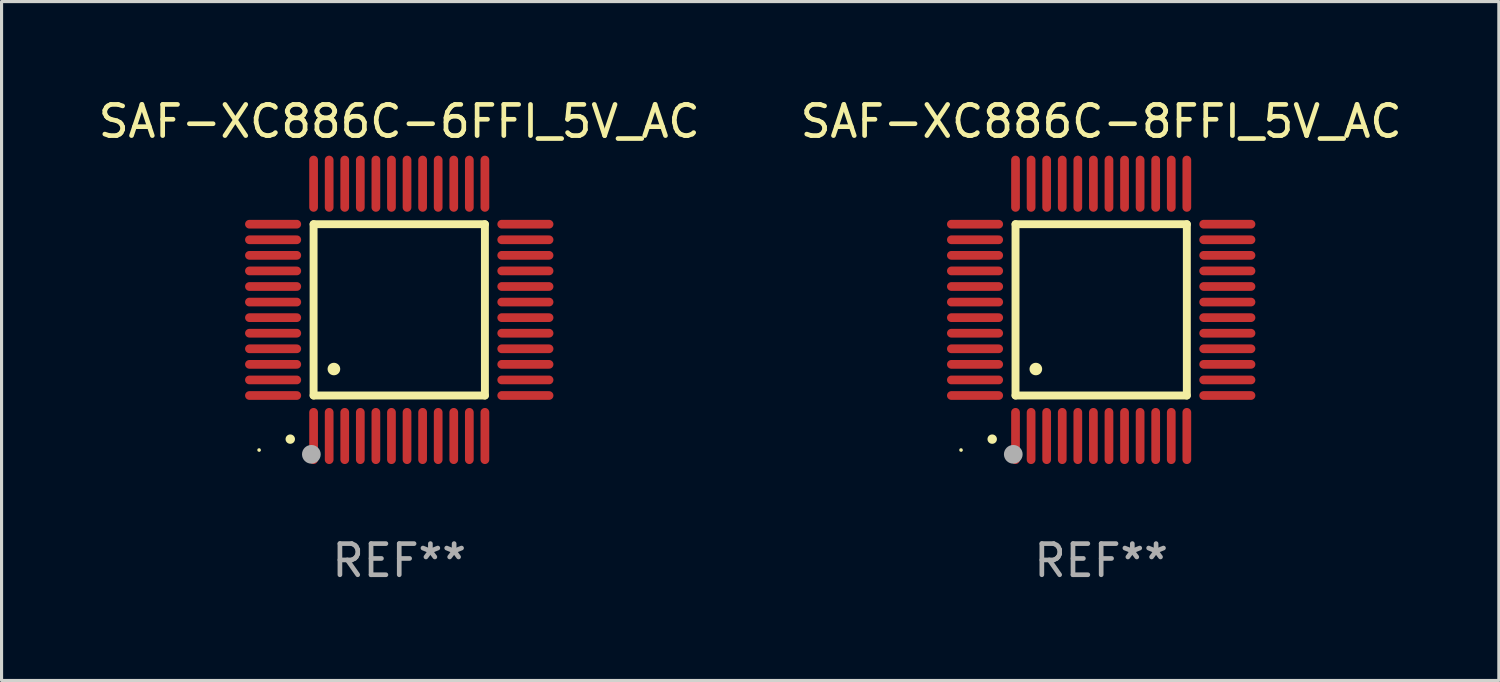
<source format=kicad_pcb>
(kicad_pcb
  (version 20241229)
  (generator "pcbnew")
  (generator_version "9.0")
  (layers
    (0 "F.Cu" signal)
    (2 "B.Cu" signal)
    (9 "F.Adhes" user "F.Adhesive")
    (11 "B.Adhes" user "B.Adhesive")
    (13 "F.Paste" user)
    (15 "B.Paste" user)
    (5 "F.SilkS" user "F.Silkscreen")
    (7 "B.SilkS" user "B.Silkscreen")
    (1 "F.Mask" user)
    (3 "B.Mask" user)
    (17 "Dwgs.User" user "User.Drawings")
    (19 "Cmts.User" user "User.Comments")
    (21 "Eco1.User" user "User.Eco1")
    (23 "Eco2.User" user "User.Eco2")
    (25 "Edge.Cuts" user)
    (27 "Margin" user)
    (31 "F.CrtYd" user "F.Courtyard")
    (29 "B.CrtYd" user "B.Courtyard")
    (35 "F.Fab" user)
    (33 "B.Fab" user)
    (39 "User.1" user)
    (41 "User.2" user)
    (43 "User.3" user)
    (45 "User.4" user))
  (footprint "SAF-XC886C-8FFI_5V_AC"
    (layer "F.Cu")
    (at 32.304 6.898)
    (property "Reference" "SAF-XC886C-8FFI_5V_AC" (at 0 -6.05 0) (layer "F.SilkS") (effects (font (size 1 1) (thickness 0.15))))
    (attr through_hole)
    (fp_line (start -2.75 -2.75) (end 2.75 -2.75) (stroke (width 0.254) (type solid)) (layer "F.SilkS"))
    (fp_line (start -2.75 2.75) (end -2.75 -2.75) (stroke (width 0.254) (type solid)) (layer "F.SilkS"))
    (fp_line (start 2.75 -2.75) (end 2.75 2.75) (stroke (width 0.254) (type solid)) (layer "F.SilkS"))
    (fp_line (start 2.75 2.75) (end -2.75 2.75) (stroke (width 0.254) (type solid)) (layer "F.SilkS"))
    (fp_arc (start -3.500127 4.150368) (mid -3.498857 4.150363) (end -3.497587 4.150368) (stroke (width 0.3) (type solid)) (layer "F.SilkS"))
    (fp_arc (start -2.100584 1.899924) (mid -2.098044 1.899908) (end -2.095504 1.899924) (stroke (width 0.4) (type solid)) (layer "F.SilkS"))
    (fp_circle (center -4.5 4.5) (end -4.47 4.5) (stroke (width 0.06) (type solid)) (fill no) (layer "F.SilkS"))
    (fp_circle (center -2.822 4.638) (end -2.672 4.638) (stroke (width 0.3) (type solid)) (fill no) (layer "F.Fab"))
    (fp_text user "REF**" (at 0 8.05 0) (layer "F.Fab") (effects (font (size 1 1) (thickness 0.15))))
    (pad "1" smd oval (at -2.75 4.05) (size 0.28 1.8) (layers "F.Cu" "F.Mask" "F.Paste"))
    (pad "2" smd oval (at -2.25 4.05) (size 0.28 1.8) (layers "F.Cu" "F.Mask" "F.Paste"))
    (pad "3" smd oval (at -1.75 4.05) (size 0.28 1.8) (layers "F.Cu" "F.Mask" "F.Paste"))
    (pad "4" smd oval (at -1.25 4.05) (size 0.28 1.8) (layers "F.Cu" "F.Mask" "F.Paste"))
    (pad "5" smd oval (at -0.75 4.05) (size 0.28 1.8) (layers "F.Cu" "F.Mask" "F.Paste"))
    (pad "6" smd oval (at -0.25 4.05) (size 0.28 1.8) (layers "F.Cu" "F.Mask" "F.Paste"))
    (pad "7" smd oval (at 0.25 4.05) (size 0.28 1.8) (layers "F.Cu" "F.Mask" "F.Paste"))
    (pad "8" smd oval (at 0.75 4.05) (size 0.28 1.8) (layers "F.Cu" "F.Mask" "F.Paste"))
    (pad "9" smd oval (at 1.25 4.05) (size 0.28 1.8) (layers "F.Cu" "F.Mask" "F.Paste"))
    (pad "10" smd oval (at 1.75 4.05) (size 0.28 1.8) (layers "F.Cu" "F.Mask" "F.Paste"))
    (pad "11" smd oval (at 2.25 4.05) (size 0.28 1.8) (layers "F.Cu" "F.Mask" "F.Paste"))
    (pad "12" smd oval (at 2.75 4.05) (size 0.28 1.8) (layers "F.Cu" "F.Mask" "F.Paste"))
    (pad "13" smd oval (at 4.05 2.75) (size 1.8 0.28) (layers "F.Cu" "F.Mask" "F.Paste"))
    (pad "14" smd oval (at 4.05 2.25) (size 1.8 0.28) (layers "F.Cu" "F.Mask" "F.Paste"))
    (pad "15" smd oval (at 4.05 1.75) (size 1.8 0.28) (layers "F.Cu" "F.Mask" "F.Paste"))
    (pad "16" smd oval (at 4.05 1.25) (size 1.8 0.28) (layers "F.Cu" "F.Mask" "F.Paste"))
    (pad "17" smd oval (at 4.05 0.75) (size 1.8 0.28) (layers "F.Cu" "F.Mask" "F.Paste"))
    (pad "18" smd oval (at 4.05 0.25) (size 1.8 0.28) (layers "F.Cu" "F.Mask" "F.Paste"))
    (pad "19" smd oval (at 4.05 -0.25) (size 1.8 0.28) (layers "F.Cu" "F.Mask" "F.Paste"))
    (pad "20" smd oval (at 4.05 -0.75) (size 1.8 0.28) (layers "F.Cu" "F.Mask" "F.Paste"))
    (pad "21" smd oval (at 4.05 -1.25) (size 1.8 0.28) (layers "F.Cu" "F.Mask" "F.Paste"))
    (pad "22" smd oval (at 4.05 -1.75) (size 1.8 0.28) (layers "F.Cu" "F.Mask" "F.Paste"))
    (pad "23" smd oval (at 4.05 -2.25) (size 1.8 0.28) (layers "F.Cu" "F.Mask" "F.Paste"))
    (pad "24" smd oval (at 4.05 -2.75) (size 1.8 0.28) (layers "F.Cu" "F.Mask" "F.Paste"))
    (pad "25" smd oval (at 2.75 -4.05) (size 0.28 1.8) (layers "F.Cu" "F.Mask" "F.Paste"))
    (pad "26" smd oval (at 2.25 -4.05) (size 0.28 1.8) (layers "F.Cu" "F.Mask" "F.Paste"))
    (pad "27" smd oval (at 1.75 -4.05) (size 0.28 1.8) (layers "F.Cu" "F.Mask" "F.Paste"))
    (pad "28" smd oval (at 1.25 -4.05) (size 0.28 1.8) (layers "F.Cu" "F.Mask" "F.Paste"))
    (pad "29" smd oval (at 0.75 -4.05) (size 0.28 1.8) (layers "F.Cu" "F.Mask" "F.Paste"))
    (pad "30" smd oval (at 0.25 -4.05) (size 0.28 1.8) (layers "F.Cu" "F.Mask" "F.Paste"))
    (pad "31" smd oval (at -0.25 -4.05) (size 0.28 1.8) (layers "F.Cu" "F.Mask" "F.Paste"))
    (pad "32" smd oval (at -0.75 -4.05) (size 0.28 1.8) (layers "F.Cu" "F.Mask" "F.Paste"))
    (pad "33" smd oval (at -1.25 -4.05) (size 0.28 1.8) (layers "F.Cu" "F.Mask" "F.Paste"))
    (pad "34" smd oval (at -1.75 -4.05) (size 0.28 1.8) (layers "F.Cu" "F.Mask" "F.Paste"))
    (pad "35" smd oval (at -2.25 -4.05) (size 0.28 1.8) (layers "F.Cu" "F.Mask" "F.Paste"))
    (pad "36" smd oval (at -2.75 -4.05) (size 0.28 1.8) (layers "F.Cu" "F.Mask" "F.Paste"))
    (pad "37" smd oval (at -4.05 -2.75) (size 1.8 0.28) (layers "F.Cu" "F.Mask" "F.Paste"))
    (pad "38" smd oval (at -4.05 -2.25) (size 1.8 0.28) (layers "F.Cu" "F.Mask" "F.Paste"))
    (pad "39" smd oval (at -4.05 -1.75) (size 1.8 0.28) (layers "F.Cu" "F.Mask" "F.Paste"))
    (pad "40" smd oval (at -4.05 -1.25) (size 1.8 0.28) (layers "F.Cu" "F.Mask" "F.Paste"))
    (pad "41" smd oval (at -4.05 -0.75) (size 1.8 0.28) (layers "F.Cu" "F.Mask" "F.Paste"))
    (pad "42" smd oval (at -4.05 -0.25) (size 1.8 0.28) (layers "F.Cu" "F.Mask" "F.Paste"))
    (pad "43" smd oval (at -4.05 0.25) (size 1.8 0.28) (layers "F.Cu" "F.Mask" "F.Paste"))
    (pad "44" smd oval (at -4.05 0.75) (size 1.8 0.28) (layers "F.Cu" "F.Mask" "F.Paste"))
    (pad "45" smd oval (at -4.05 1.25) (size 1.8 0.28) (layers "F.Cu" "F.Mask" "F.Paste"))
    (pad "46" smd oval (at -4.05 1.75) (size 1.8 0.28) (layers "F.Cu" "F.Mask" "F.Paste"))
    (pad "47" smd oval (at -4.05 2.25) (size 1.8 0.28) (layers "F.Cu" "F.Mask" "F.Paste"))
    (pad "48" smd oval (at -4.05 2.75) (size 1.8 0.28) (layers "F.Cu" "F.Mask" "F.Paste")))
  (footprint "SAF-XC886C-6FFI_5V_AC"
    (layer "F.Cu")
    (at 9.768 6.898)
    (property "Reference" "SAF-XC886C-6FFI_5V_AC" (at 0 -6.05 0) (layer "F.SilkS") (effects (font (size 1 1) (thickness 0.15))))
    (attr through_hole)
    (fp_line (start -2.75 -2.75) (end 2.75 -2.75) (stroke (width 0.254) (type solid)) (layer "F.SilkS"))
    (fp_line (start -2.75 2.75) (end -2.75 -2.75) (stroke (width 0.254) (type solid)) (layer "F.SilkS"))
    (fp_line (start 2.75 -2.75) (end 2.75 2.75) (stroke (width 0.254) (type solid)) (layer "F.SilkS"))
    (fp_line (start 2.75 2.75) (end -2.75 2.75) (stroke (width 0.254) (type solid)) (layer "F.SilkS"))
    (fp_arc (start -3.500127 4.150368) (mid -3.498857 4.150363) (end -3.497587 4.150368) (stroke (width 0.3) (type solid)) (layer "F.SilkS"))
    (fp_arc (start -2.100584 1.899924) (mid -2.098044 1.899908) (end -2.095504 1.899924) (stroke (width 0.4) (type solid)) (layer "F.SilkS"))
    (fp_circle (center -4.5 4.5) (end -4.47 4.5) (stroke (width 0.06) (type solid)) (fill no) (layer "F.SilkS"))
    (fp_circle (center -2.822 4.638) (end -2.672 4.638) (stroke (width 0.3) (type solid)) (fill no) (layer "F.Fab"))
    (fp_text user "REF**" (at 0 8.05 0) (layer "F.Fab") (effects (font (size 1 1) (thickness 0.15))))
    (pad "1" smd oval (at -2.75 4.05) (size 0.28 1.8) (layers "F.Cu" "F.Mask" "F.Paste"))
    (pad "2" smd oval (at -2.25 4.05) (size 0.28 1.8) (layers "F.Cu" "F.Mask" "F.Paste"))
    (pad "3" smd oval (at -1.75 4.05) (size 0.28 1.8) (layers "F.Cu" "F.Mask" "F.Paste"))
    (pad "4" smd oval (at -1.25 4.05) (size 0.28 1.8) (layers "F.Cu" "F.Mask" "F.Paste"))
    (pad "5" smd oval (at -0.75 4.05) (size 0.28 1.8) (layers "F.Cu" "F.Mask" "F.Paste"))
    (pad "6" smd oval (at -0.25 4.05) (size 0.28 1.8) (layers "F.Cu" "F.Mask" "F.Paste"))
    (pad "7" smd oval (at 0.25 4.05) (size 0.28 1.8) (layers "F.Cu" "F.Mask" "F.Paste"))
    (pad "8" smd oval (at 0.75 4.05) (size 0.28 1.8) (layers "F.Cu" "F.Mask" "F.Paste"))
    (pad "9" smd oval (at 1.25 4.05) (size 0.28 1.8) (layers "F.Cu" "F.Mask" "F.Paste"))
    (pad "10" smd oval (at 1.75 4.05) (size 0.28 1.8) (layers "F.Cu" "F.Mask" "F.Paste"))
    (pad "11" smd oval (at 2.25 4.05) (size 0.28 1.8) (layers "F.Cu" "F.Mask" "F.Paste"))
    (pad "12" smd oval (at 2.75 4.05) (size 0.28 1.8) (layers "F.Cu" "F.Mask" "F.Paste"))
    (pad "13" smd oval (at 4.05 2.75) (size 1.8 0.28) (layers "F.Cu" "F.Mask" "F.Paste"))
    (pad "14" smd oval (at 4.05 2.25) (size 1.8 0.28) (layers "F.Cu" "F.Mask" "F.Paste"))
    (pad "15" smd oval (at 4.05 1.75) (size 1.8 0.28) (layers "F.Cu" "F.Mask" "F.Paste"))
    (pad "16" smd oval (at 4.05 1.25) (size 1.8 0.28) (layers "F.Cu" "F.Mask" "F.Paste"))
    (pad "17" smd oval (at 4.05 0.75) (size 1.8 0.28) (layers "F.Cu" "F.Mask" "F.Paste"))
    (pad "18" smd oval (at 4.05 0.25) (size 1.8 0.28) (layers "F.Cu" "F.Mask" "F.Paste"))
    (pad "19" smd oval (at 4.05 -0.25) (size 1.8 0.28) (layers "F.Cu" "F.Mask" "F.Paste"))
    (pad "20" smd oval (at 4.05 -0.75) (size 1.8 0.28) (layers "F.Cu" "F.Mask" "F.Paste"))
    (pad "21" smd oval (at 4.05 -1.25) (size 1.8 0.28) (layers "F.Cu" "F.Mask" "F.Paste"))
    (pad "22" smd oval (at 4.05 -1.75) (size 1.8 0.28) (layers "F.Cu" "F.Mask" "F.Paste"))
    (pad "23" smd oval (at 4.05 -2.25) (size 1.8 0.28) (layers "F.Cu" "F.Mask" "F.Paste"))
    (pad "24" smd oval (at 4.05 -2.75) (size 1.8 0.28) (layers "F.Cu" "F.Mask" "F.Paste"))
    (pad "25" smd oval (at 2.75 -4.05) (size 0.28 1.8) (layers "F.Cu" "F.Mask" "F.Paste"))
    (pad "26" smd oval (at 2.25 -4.05) (size 0.28 1.8) (layers "F.Cu" "F.Mask" "F.Paste"))
    (pad "27" smd oval (at 1.75 -4.05) (size 0.28 1.8) (layers "F.Cu" "F.Mask" "F.Paste"))
    (pad "28" smd oval (at 1.25 -4.05) (size 0.28 1.8) (layers "F.Cu" "F.Mask" "F.Paste"))
    (pad "29" smd oval (at 0.75 -4.05) (size 0.28 1.8) (layers "F.Cu" "F.Mask" "F.Paste"))
    (pad "30" smd oval (at 0.25 -4.05) (size 0.28 1.8) (layers "F.Cu" "F.Mask" "F.Paste"))
    (pad "31" smd oval (at -0.25 -4.05) (size 0.28 1.8) (layers "F.Cu" "F.Mask" "F.Paste"))
    (pad "32" smd oval (at -0.75 -4.05) (size 0.28 1.8) (layers "F.Cu" "F.Mask" "F.Paste"))
    (pad "33" smd oval (at -1.25 -4.05) (size 0.28 1.8) (layers "F.Cu" "F.Mask" "F.Paste"))
    (pad "34" smd oval (at -1.75 -4.05) (size 0.28 1.8) (layers "F.Cu" "F.Mask" "F.Paste"))
    (pad "35" smd oval (at -2.25 -4.05) (size 0.28 1.8) (layers "F.Cu" "F.Mask" "F.Paste"))
    (pad "36" smd oval (at -2.75 -4.05) (size 0.28 1.8) (layers "F.Cu" "F.Mask" "F.Paste"))
    (pad "37" smd oval (at -4.05 -2.75) (size 1.8 0.28) (layers "F.Cu" "F.Mask" "F.Paste"))
    (pad "38" smd oval (at -4.05 -2.25) (size 1.8 0.28) (layers "F.Cu" "F.Mask" "F.Paste"))
    (pad "39" smd oval (at -4.05 -1.75) (size 1.8 0.28) (layers "F.Cu" "F.Mask" "F.Paste"))
    (pad "40" smd oval (at -4.05 -1.25) (size 1.8 0.28) (layers "F.Cu" "F.Mask" "F.Paste"))
    (pad "41" smd oval (at -4.05 -0.75) (size 1.8 0.28) (layers "F.Cu" "F.Mask" "F.Paste"))
    (pad "42" smd oval (at -4.05 -0.25) (size 1.8 0.28) (layers "F.Cu" "F.Mask" "F.Paste"))
    (pad "43" smd oval (at -4.05 0.25) (size 1.8 0.28) (layers "F.Cu" "F.Mask" "F.Paste"))
    (pad "44" smd oval (at -4.05 0.75) (size 1.8 0.28) (layers "F.Cu" "F.Mask" "F.Paste"))
    (pad "45" smd oval (at -4.05 1.25) (size 1.8 0.28) (layers "F.Cu" "F.Mask" "F.Paste"))
    (pad "46" smd oval (at -4.05 1.75) (size 1.8 0.28) (layers "F.Cu" "F.Mask" "F.Paste"))
    (pad "47" smd oval (at -4.05 2.25) (size 1.8 0.28) (layers "F.Cu" "F.Mask" "F.Paste"))
    (pad "48" smd oval (at -4.05 2.75) (size 1.8 0.28) (layers "F.Cu" "F.Mask" "F.Paste")))
  (gr_rect
    (start -3 -3)
    (end 45.071 18.797)
    (stroke (width 0.1) (type default))
    (fill no)
    (layer "Edge.Cuts")))
</source>
